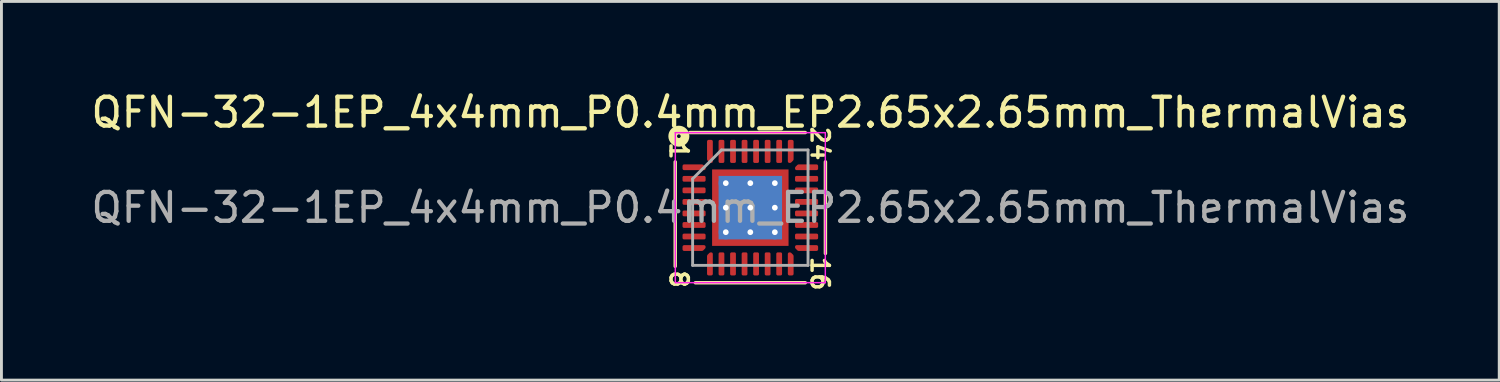
<source format=kicad_pcb>
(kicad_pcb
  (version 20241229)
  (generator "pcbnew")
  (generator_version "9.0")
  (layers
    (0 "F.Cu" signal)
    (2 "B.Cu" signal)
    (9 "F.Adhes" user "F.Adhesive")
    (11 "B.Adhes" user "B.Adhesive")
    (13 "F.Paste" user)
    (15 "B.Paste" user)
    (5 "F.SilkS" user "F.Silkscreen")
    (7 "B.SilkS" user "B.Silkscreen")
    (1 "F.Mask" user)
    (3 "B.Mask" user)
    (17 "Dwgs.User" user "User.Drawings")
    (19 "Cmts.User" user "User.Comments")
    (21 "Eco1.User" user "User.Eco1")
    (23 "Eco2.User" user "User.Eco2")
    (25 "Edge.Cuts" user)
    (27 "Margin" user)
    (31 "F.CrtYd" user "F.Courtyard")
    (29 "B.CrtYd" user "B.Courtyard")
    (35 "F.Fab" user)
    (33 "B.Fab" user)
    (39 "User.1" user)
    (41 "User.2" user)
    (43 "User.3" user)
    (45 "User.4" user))
  (footprint "QFN-32-1EP_4x4mm_P0.4mm_EP2.65x2.65mm_ThermalVias"
    (layer "F.Cu")
    (at 22.958 4.148)
    (property "Reference" "QFN-32-1EP_4x4mm_P0.4mm_EP2.65x2.65mm_ThermalVias" (at 0 -3.3 0) (layer "F.SilkS") (effects (font (size 1 1) (thickness 0.15))))
    (attr smd)
    (fp_line (start -2.603 -1.587) (end -2.603 2.032) (stroke (width 0.12) (type solid)) (layer "F.SilkS"))
    (fp_line (start -1.905 2.603) (end 1.905 2.603) (stroke (width 0.12) (type solid)) (layer "F.SilkS"))
    (fp_line (start 1.905 -2.603) (end -2.095 -2.603) (stroke (width 0.12) (type solid)) (layer "F.SilkS"))
    (fp_line (start 2.603 1.587) (end 2.603 -1.587) (stroke (width 0.12) (type solid)) (layer "F.SilkS"))
    (fp_circle (center -2.477 -2.477) (end -2.413 -2.477) (stroke (width 0.3) (type solid)) (fill no) (layer "F.SilkS"))
    (fp_line (start -2.6 -2.6) (end -2.6 2.6) (stroke (width 0.05) (type solid)) (layer "F.CrtYd"))
    (fp_line (start -2.6 2.6) (end 2.6 2.6) (stroke (width 0.05) (type solid)) (layer "F.CrtYd"))
    (fp_line (start 2.6 -2.6) (end -2.6 -2.6) (stroke (width 0.05) (type solid)) (layer "F.CrtYd"))
    (fp_line (start 2.6 2.6) (end 2.6 -2.6) (stroke (width 0.05) (type solid)) (layer "F.CrtYd"))
    (fp_line (start -2 -1) (end -1 -2) (stroke (width 0.1) (type solid)) (layer "F.Fab"))
    (fp_line (start -2 2) (end -2 -1) (stroke (width 0.1) (type solid)) (layer "F.Fab"))
    (fp_line (start -1 -2) (end 2 -2) (stroke (width 0.1) (type solid)) (layer "F.Fab"))
    (fp_line (start 2 -2) (end 2 2) (stroke (width 0.1) (type solid)) (layer "F.Fab"))
    (fp_line (start 2 2) (end -2 2) (stroke (width 0.1) (type solid)) (layer "F.Fab"))
    (fp_text user "24" (at 2.413 -2.223 270) (unlocked yes) (layer "F.SilkS") (effects (font (size 0.6 0.6) (thickness 0.12))))
    (fp_text user "16" (at 2.413 2.286 270) (unlocked yes) (layer "F.SilkS") (effects (font (size 0.6 0.6) (thickness 0.12))))
    (fp_text user "1" (at -2.477 -1.968 270) (unlocked yes) (layer "F.SilkS") (effects (font (size 0.6 0.6) (thickness 0.12))))
    (fp_text user "8" (at -2.477 2.477 270) (unlocked yes) (layer "F.SilkS") (effects (font (size 0.6 0.6) (thickness 0.12))))
    (fp_text user "${REFERENCE}" (at 0 0 0) (layer "F.Fab") (effects (font (size 1 1) (thickness 0.15))))
    (pad "" smd custom (at -1.087 -1.087) (size 0.248 0.248) (layers "F.Paste") (options (anchor circle)) (primitives (gr_poly (pts (xy 0.096 -0.039) (xy -0.039 0.096) (xy -0.096 0.096) (xy -0.096 -0.096) (xy 0.096 -0.096)) (width 0.191) (fill yes))))
    (pad "" smd custom (at -1.087 -0.425) (size 0.274 0.274) (layers "F.Paste") (options (anchor circle)) (primitives (gr_poly (pts (xy 0.096 -0.149) (xy 0.096 0.149) (xy -0.003 0.247) (xy -0.096 0.247) (xy -0.096 -0.247) (xy -0.003 -0.247)) (width 0.191) (fill yes))))
    (pad "" smd custom (at -1.087 0.425) (size 0.274 0.274) (layers "F.Paste") (options (anchor circle)) (primitives (gr_poly (pts (xy 0.096 -0.149) (xy 0.096 0.149) (xy -0.003 0.247) (xy -0.096 0.247) (xy -0.096 -0.247) (xy -0.003 -0.247)) (width 0.191) (fill yes))))
    (pad "" smd custom (at -1.087 1.087) (size 0.248 0.248) (layers "F.Paste") (options (anchor circle)) (primitives (gr_poly (pts (xy 0.096 0.039) (xy 0.096 0.096) (xy -0.096 0.096) (xy -0.096 -0.096) (xy -0.039 -0.096)) (width 0.191) (fill yes))))
    (pad "" smd custom (at -0.425 -1.087) (size 0.274 0.274) (layers "F.Paste") (options (anchor circle)) (primitives (gr_poly (pts (xy 0.247 -0.003) (xy 0.149 0.096) (xy -0.149 0.096) (xy -0.247 -0.003) (xy -0.247 -0.096) (xy 0.247 -0.096)) (width 0.191) (fill yes))))
    (pad "" smd custom (at -0.425 -0.425) (size 0.602 0.602) (layers "F.Paste") (options (anchor circle)) (primitives (gr_poly (pts (xy 0.259 -0.19) (xy 0.259 0.19) (xy 0.19 0.259) (xy -0.19 0.259) (xy -0.259 0.19) (xy -0.259 -0.19) (xy -0.19 -0.259) (xy 0.19 -0.259)) (width 0.167) (fill yes))))
    (pad "" smd custom (at -0.425 0.425) (size 0.602 0.602) (layers "F.Paste") (options (anchor circle)) (primitives (gr_poly (pts (xy 0.259 -0.19) (xy 0.259 0.19) (xy 0.19 0.259) (xy -0.19 0.259) (xy -0.259 0.19) (xy -0.259 -0.19) (xy -0.19 -0.259) (xy 0.19 -0.259)) (width 0.167) (fill yes))))
    (pad "" smd custom (at -0.425 1.087) (size 0.274 0.274) (layers "F.Paste") (options (anchor circle)) (primitives (gr_poly (pts (xy 0.247 0.003) (xy 0.247 0.096) (xy -0.247 0.096) (xy -0.247 0.003) (xy -0.149 -0.096) (xy 0.149 -0.096)) (width 0.191) (fill yes))))
    (pad "" smd custom (at 0.425 -1.087) (size 0.274 0.274) (layers "F.Paste") (options (anchor circle)) (primitives (gr_poly (pts (xy 0.247 -0.003) (xy 0.149 0.096) (xy -0.149 0.096) (xy -0.247 -0.003) (xy -0.247 -0.096) (xy 0.247 -0.096)) (width 0.191) (fill yes))))
    (pad "" smd custom (at 0.425 -0.425) (size 0.602 0.602) (layers "F.Paste") (options (anchor circle)) (primitives (gr_poly (pts (xy 0.259 -0.19) (xy 0.259 0.19) (xy 0.19 0.259) (xy -0.19 0.259) (xy -0.259 0.19) (xy -0.259 -0.19) (xy -0.19 -0.259) (xy 0.19 -0.259)) (width 0.167) (fill yes))))
    (pad "" smd custom (at 0.425 0.425) (size 0.602 0.602) (layers "F.Paste") (options (anchor circle)) (primitives (gr_poly (pts (xy 0.259 -0.19) (xy 0.259 0.19) (xy 0.19 0.259) (xy -0.19 0.259) (xy -0.259 0.19) (xy -0.259 -0.19) (xy -0.19 -0.259) (xy 0.19 -0.259)) (width 0.167) (fill yes))))
    (pad "" smd custom (at 0.425 1.087) (size 0.274 0.274) (layers "F.Paste") (options (anchor circle)) (primitives (gr_poly (pts (xy 0.247 0.003) (xy 0.247 0.096) (xy -0.247 0.096) (xy -0.247 0.003) (xy -0.149 -0.096) (xy 0.149 -0.096)) (width 0.191) (fill yes))))
    (pad "" smd custom (at 1.087 -1.087) (size 0.248 0.248) (layers "F.Paste") (options (anchor circle)) (primitives (gr_poly (pts (xy 0.096 0.096) (xy 0.039 0.096) (xy -0.096 -0.039) (xy -0.096 -0.096) (xy 0.096 -0.096)) (width 0.191) (fill yes))))
    (pad "" smd custom (at 1.087 -0.425) (size 0.274 0.274) (layers "F.Paste") (options (anchor circle)) (primitives (gr_poly (pts (xy 0.096 0.247) (xy 0.003 0.247) (xy -0.096 0.149) (xy -0.096 -0.149) (xy 0.003 -0.247) (xy 0.096 -0.247)) (width 0.191) (fill yes))))
    (pad "" smd custom (at 1.087 0.425) (size 0.274 0.274) (layers "F.Paste") (options (anchor circle)) (primitives (gr_poly (pts (xy 0.096 0.247) (xy 0.003 0.247) (xy -0.096 0.149) (xy -0.096 -0.149) (xy 0.003 -0.247) (xy 0.096 -0.247)) (width 0.191) (fill yes))))
    (pad "" smd custom (at 1.087 1.087) (size 0.248 0.248) (layers "F.Paste") (options (anchor circle)) (primitives (gr_poly (pts (xy 0.096 0.096) (xy -0.096 0.096) (xy -0.096 0.039) (xy 0.039 -0.096) (xy 0.096 -0.096)) (width 0.191) (fill yes))))
    (pad "1" smd custom (at -1.95 -1.4) (size 0.129 0.129) (layers "F.Cu" "F.Mask" "F.Paste") (options (anchor circle)) (primitives (gr_poly (pts (xy 0.35 0.021) (xy 0.35 0.05) (xy -0.35 0.05) (xy -0.35 -0.05) (xy 0.279 -0.05)) (width 0.1) (fill yes))))
    (pad "2" smd roundrect (at -1.95 -1) (size 0.8 0.2) (layers "F.Cu" "F.Mask" "F.Paste") (roundrect_rratio 0.25))
    (pad "3" smd roundrect (at -1.95 -0.6) (size 0.8 0.2) (layers "F.Cu" "F.Mask" "F.Paste") (roundrect_rratio 0.25))
    (pad "4" smd roundrect (at -1.95 -0.2) (size 0.8 0.2) (layers "F.Cu" "F.Mask" "F.Paste") (roundrect_rratio 0.25))
    (pad "5" smd roundrect (at -1.95 0.2) (size 0.8 0.2) (layers "F.Cu" "F.Mask" "F.Paste") (roundrect_rratio 0.25))
    (pad "6" smd roundrect (at -1.95 0.6) (size 0.8 0.2) (layers "F.Cu" "F.Mask" "F.Paste") (roundrect_rratio 0.25))
    (pad "7" smd roundrect (at -1.95 1) (size 0.8 0.2) (layers "F.Cu" "F.Mask" "F.Paste") (roundrect_rratio 0.25))
    (pad "8" smd custom (at -1.95 1.4) (size 0.129 0.129) (layers "F.Cu" "F.Mask" "F.Paste") (options (anchor circle)) (primitives (gr_poly (pts (xy 0.35 -0.021) (xy 0.279 0.05) (xy -0.35 0.05) (xy -0.35 -0.05) (xy 0.35 -0.05)) (width 0.1) (fill yes))))
    (pad "9" smd custom (at -1.4 1.95) (size 0.129 0.129) (layers "F.Cu" "F.Mask" "F.Paste") (options (anchor circle)) (primitives (gr_poly (pts (xy 0.05 0.35) (xy -0.05 0.35) (xy -0.05 -0.279) (xy 0.021 -0.35) (xy 0.05 -0.35)) (width 0.1) (fill yes))))
    (pad "10" smd roundrect (at -1 1.95) (size 0.2 0.8) (layers "F.Cu" "F.Mask" "F.Paste") (roundrect_rratio 0.25))
    (pad "11" smd roundrect (at -0.6 1.95) (size 0.2 0.8) (layers "F.Cu" "F.Mask" "F.Paste") (roundrect_rratio 0.25))
    (pad "12" smd roundrect (at -0.2 1.95) (size 0.2 0.8) (layers "F.Cu" "F.Mask" "F.Paste") (roundrect_rratio 0.25))
    (pad "13" smd roundrect (at 0.2 1.95) (size 0.2 0.8) (layers "F.Cu" "F.Mask" "F.Paste") (roundrect_rratio 0.25))
    (pad "14" smd roundrect (at 0.6 1.95) (size 0.2 0.8) (layers "F.Cu" "F.Mask" "F.Paste") (roundrect_rratio 0.25))
    (pad "15" smd roundrect (at 1 1.95) (size 0.2 0.8) (layers "F.Cu" "F.Mask" "F.Paste") (roundrect_rratio 0.25))
    (pad "16" smd custom (at 1.4 1.95) (size 0.129 0.129) (layers "F.Cu" "F.Mask" "F.Paste") (options (anchor circle)) (primitives (gr_poly (pts (xy 0.05 -0.279) (xy 0.05 0.35) (xy -0.05 0.35) (xy -0.05 -0.35) (xy -0.021 -0.35)) (width 0.1) (fill yes))))
    (pad "17" smd custom (at 1.95 1.4) (size 0.129 0.129) (layers "F.Cu" "F.Mask" "F.Paste") (options (anchor circle)) (primitives (gr_poly (pts (xy 0.35 0.05) (xy -0.279 0.05) (xy -0.35 -0.021) (xy -0.35 -0.05) (xy 0.35 -0.05)) (width 0.1) (fill yes))))
    (pad "18" smd roundrect (at 1.95 1) (size 0.8 0.2) (layers "F.Cu" "F.Mask" "F.Paste") (roundrect_rratio 0.25))
    (pad "19" smd roundrect (at 1.95 0.6) (size 0.8 0.2) (layers "F.Cu" "F.Mask" "F.Paste") (roundrect_rratio 0.25))
    (pad "20" smd roundrect (at 1.95 0.2) (size 0.8 0.2) (layers "F.Cu" "F.Mask" "F.Paste") (roundrect_rratio 0.25))
    (pad "21" smd roundrect (at 1.95 -0.2) (size 0.8 0.2) (layers "F.Cu" "F.Mask" "F.Paste") (roundrect_rratio 0.25))
    (pad "22" smd roundrect (at 1.95 -0.6) (size 0.8 0.2) (layers "F.Cu" "F.Mask" "F.Paste") (roundrect_rratio 0.25))
    (pad "23" smd roundrect (at 1.95 -1) (size 0.8 0.2) (layers "F.Cu" "F.Mask" "F.Paste") (roundrect_rratio 0.25))
    (pad "24" smd custom (at 1.95 -1.4) (size 0.129 0.129) (layers "F.Cu" "F.Mask" "F.Paste") (options (anchor circle)) (primitives (gr_poly (pts (xy 0.35 0.05) (xy -0.35 0.05) (xy -0.35 0.021) (xy -0.279 -0.05) (xy 0.35 -0.05)) (width 0.1) (fill yes))))
    (pad "25" smd custom (at 1.4 -1.95) (size 0.129 0.129) (layers "F.Cu" "F.Mask" "F.Paste") (options (anchor circle)) (primitives (gr_poly (pts (xy 0.05 0.279) (xy -0.021 0.35) (xy -0.05 0.35) (xy -0.05 -0.35) (xy 0.05 -0.35)) (width 0.1) (fill yes))))
    (pad "26" smd roundrect (at 1 -1.95) (size 0.2 0.8) (layers "F.Cu" "F.Mask" "F.Paste") (roundrect_rratio 0.25))
    (pad "27" smd roundrect (at 0.6 -1.95) (size 0.2 0.8) (layers "F.Cu" "F.Mask" "F.Paste") (roundrect_rratio 0.25))
    (pad "28" smd roundrect (at 0.2 -1.95) (size 0.2 0.8) (layers "F.Cu" "F.Mask" "F.Paste") (roundrect_rratio 0.25))
    (pad "29" smd roundrect (at -0.2 -1.95) (size 0.2 0.8) (layers "F.Cu" "F.Mask" "F.Paste") (roundrect_rratio 0.25))
    (pad "30" smd roundrect (at -0.6 -1.95) (size 0.2 0.8) (layers "F.Cu" "F.Mask" "F.Paste") (roundrect_rratio 0.25))
    (pad "31" smd roundrect (at -1 -1.95) (size 0.2 0.8) (layers "F.Cu" "F.Mask" "F.Paste") (roundrect_rratio 0.25))
    (pad "32" smd custom (at -1.4 -1.95) (size 0.129 0.129) (layers "F.Cu" "F.Mask" "F.Paste") (options (anchor circle)) (primitives (gr_poly (pts (xy 0.05 0.35) (xy 0.021 0.35) (xy -0.05 0.279) (xy -0.05 -0.35) (xy 0.05 -0.35)) (width 0.1) (fill yes))))
    (pad "33" thru_hole circle (at -0.85 -0.85) (size 0.5 0.5) (drill 0.2) (layers "*.Cu"))
    (pad "33" thru_hole circle (at -0.85 0) (size 0.5 0.5) (drill 0.2) (layers "*.Cu"))
    (pad "33" thru_hole circle (at -0.85 0.85) (size 0.5 0.5) (drill 0.2) (layers "*.Cu"))
    (pad "33" thru_hole circle (at 0 -0.85) (size 0.5 0.5) (drill 0.2) (layers "*.Cu"))
    (pad "33" thru_hole circle (at 0 0) (size 0.5 0.5) (drill 0.2) (layers "*.Cu"))
    (pad "33" smd rect (at 0 0) (size 2.2 2.2) (layers "B.Cu" "B.Mask"))
    (pad "33" smd rect (at 0 0) (size 2.65 2.65) (layers "F.Cu" "F.Mask"))
    (pad "33" thru_hole circle (at 0 0.85) (size 0.5 0.5) (drill 0.2) (layers "*.Cu"))
    (pad "33" thru_hole circle (at 0.85 -0.85) (size 0.5 0.5) (drill 0.2) (layers "*.Cu"))
    (pad "33" thru_hole circle (at 0.85 0) (size 0.5 0.5) (drill 0.2) (layers "*.Cu"))
    (pad "33" thru_hole circle (at 0.85 0.85) (size 0.5 0.5) (drill 0.2) (layers "*.Cu")))
  (gr_rect
    (start -3 -3)
    (end 48.917 10.126)
    (stroke (width 0.1) (type default))
    (fill no)
    (layer "Edge.Cuts")))
</source>
